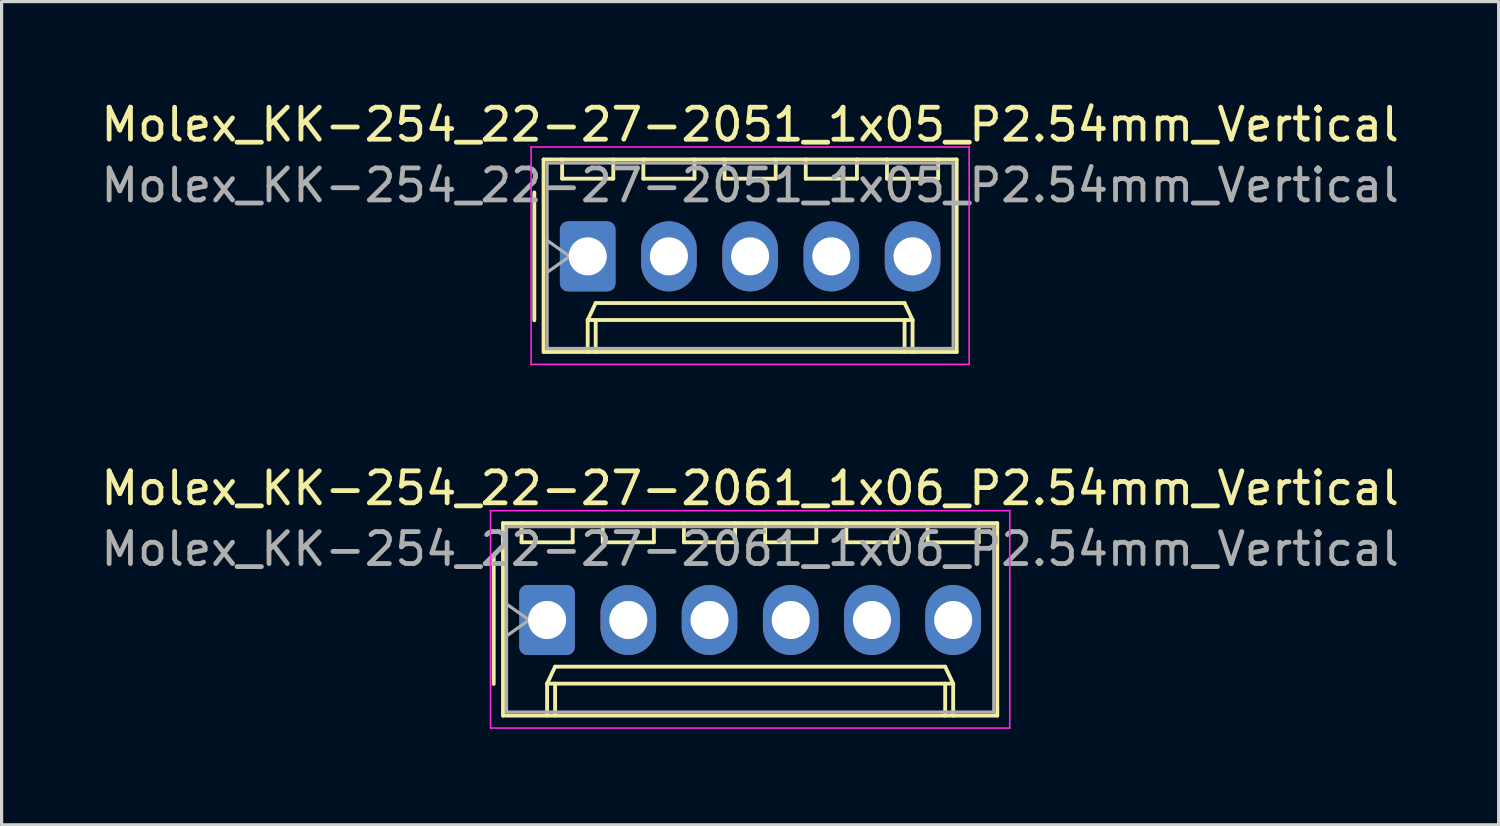
<source format=kicad_pcb>
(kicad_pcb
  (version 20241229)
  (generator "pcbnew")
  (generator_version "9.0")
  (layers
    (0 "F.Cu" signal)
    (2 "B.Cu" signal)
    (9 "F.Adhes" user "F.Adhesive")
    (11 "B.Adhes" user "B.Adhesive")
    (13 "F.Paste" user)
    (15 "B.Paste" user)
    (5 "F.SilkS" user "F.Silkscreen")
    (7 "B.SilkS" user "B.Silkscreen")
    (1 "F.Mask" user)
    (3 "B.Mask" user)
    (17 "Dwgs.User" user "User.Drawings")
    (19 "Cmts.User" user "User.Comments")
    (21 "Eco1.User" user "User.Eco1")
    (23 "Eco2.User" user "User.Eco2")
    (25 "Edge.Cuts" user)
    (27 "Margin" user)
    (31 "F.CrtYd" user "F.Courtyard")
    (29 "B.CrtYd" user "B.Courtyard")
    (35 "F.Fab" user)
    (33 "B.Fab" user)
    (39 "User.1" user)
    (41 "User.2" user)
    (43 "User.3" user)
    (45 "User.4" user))
  (footprint "Molex_KK-254_22-27-2061_1x06_P2.54mm_Vertical"
    (layer "F.Cu")
    (at 14.061 16.341)
    (property "Reference" "Molex_KK-254_22-27-2061_1x06_P2.54mm_Vertical" (at 6.35 -4.12 0) (layer "F.SilkS") (effects (font (size 1 1) (thickness 0.15))))
    (attr through_hole)
    (fp_line (start -1.67 -2) (end -1.67 2) (stroke (width 0.12) (type solid)) (layer "F.SilkS"))
    (fp_line (start -1.38 -3.03) (end -1.38 2.99) (stroke (width 0.12) (type solid)) (layer "F.SilkS"))
    (fp_line (start -1.38 2.99) (end 14.08 2.99) (stroke (width 0.12) (type solid)) (layer "F.SilkS"))
    (fp_line (start -0.8 -3.03) (end -0.8 -2.43) (stroke (width 0.12) (type solid)) (layer "F.SilkS"))
    (fp_line (start -0.8 -2.43) (end 0.8 -2.43) (stroke (width 0.12) (type solid)) (layer "F.SilkS"))
    (fp_line (start 0 1.99) (end 0.25 1.46) (stroke (width 0.12) (type solid)) (layer "F.SilkS"))
    (fp_line (start 0 1.99) (end 12.7 1.99) (stroke (width 0.12) (type solid)) (layer "F.SilkS"))
    (fp_line (start 0 2.99) (end 0 1.99) (stroke (width 0.12) (type solid)) (layer "F.SilkS"))
    (fp_line (start 0.25 1.46) (end 12.45 1.46) (stroke (width 0.12) (type solid)) (layer "F.SilkS"))
    (fp_line (start 0.25 2.99) (end 0.25 1.99) (stroke (width 0.12) (type solid)) (layer "F.SilkS"))
    (fp_line (start 0.8 -2.43) (end 0.8 -3.03) (stroke (width 0.12) (type solid)) (layer "F.SilkS"))
    (fp_line (start 1.74 -3.03) (end 1.74 -2.43) (stroke (width 0.12) (type solid)) (layer "F.SilkS"))
    (fp_line (start 1.74 -2.43) (end 3.34 -2.43) (stroke (width 0.12) (type solid)) (layer "F.SilkS"))
    (fp_line (start 3.34 -2.43) (end 3.34 -3.03) (stroke (width 0.12) (type solid)) (layer "F.SilkS"))
    (fp_line (start 4.28 -3.03) (end 4.28 -2.43) (stroke (width 0.12) (type solid)) (layer "F.SilkS"))
    (fp_line (start 4.28 -2.43) (end 5.88 -2.43) (stroke (width 0.12) (type solid)) (layer "F.SilkS"))
    (fp_line (start 5.88 -2.43) (end 5.88 -3.03) (stroke (width 0.12) (type solid)) (layer "F.SilkS"))
    (fp_line (start 6.82 -3.03) (end 6.82 -2.43) (stroke (width 0.12) (type solid)) (layer "F.SilkS"))
    (fp_line (start 6.82 -2.43) (end 8.42 -2.43) (stroke (width 0.12) (type solid)) (layer "F.SilkS"))
    (fp_line (start 8.42 -2.43) (end 8.42 -3.03) (stroke (width 0.12) (type solid)) (layer "F.SilkS"))
    (fp_line (start 9.36 -3.03) (end 9.36 -2.43) (stroke (width 0.12) (type solid)) (layer "F.SilkS"))
    (fp_line (start 9.36 -2.43) (end 10.96 -2.43) (stroke (width 0.12) (type solid)) (layer "F.SilkS"))
    (fp_line (start 10.96 -2.43) (end 10.96 -3.03) (stroke (width 0.12) (type solid)) (layer "F.SilkS"))
    (fp_line (start 11.9 -3.03) (end 11.9 -2.43) (stroke (width 0.12) (type solid)) (layer "F.SilkS"))
    (fp_line (start 11.9 -2.43) (end 13.5 -2.43) (stroke (width 0.12) (type solid)) (layer "F.SilkS"))
    (fp_line (start 12.45 1.46) (end 12.7 1.99) (stroke (width 0.12) (type solid)) (layer "F.SilkS"))
    (fp_line (start 12.45 2.99) (end 12.45 1.99) (stroke (width 0.12) (type solid)) (layer "F.SilkS"))
    (fp_line (start 12.7 1.99) (end 12.7 2.99) (stroke (width 0.12) (type solid)) (layer "F.SilkS"))
    (fp_line (start 13.5 -2.43) (end 13.5 -3.03) (stroke (width 0.12) (type solid)) (layer "F.SilkS"))
    (fp_line (start 14.08 -3.03) (end -1.38 -3.03) (stroke (width 0.12) (type solid)) (layer "F.SilkS"))
    (fp_line (start 14.08 2.99) (end 14.08 -3.03) (stroke (width 0.12) (type solid)) (layer "F.SilkS"))
    (fp_line (start -1.77 -3.42) (end -1.77 3.38) (stroke (width 0.05) (type solid)) (layer "F.CrtYd"))
    (fp_line (start -1.77 3.38) (end 14.47 3.38) (stroke (width 0.05) (type solid)) (layer "F.CrtYd"))
    (fp_line (start 14.47 -3.42) (end -1.77 -3.42) (stroke (width 0.05) (type solid)) (layer "F.CrtYd"))
    (fp_line (start 14.47 3.38) (end 14.47 -3.42) (stroke (width 0.05) (type solid)) (layer "F.CrtYd"))
    (fp_line (start -1.27 -2.92) (end -1.27 2.88) (stroke (width 0.1) (type solid)) (layer "F.Fab"))
    (fp_line (start -1.27 -0.5) (end -0.563 0) (stroke (width 0.1) (type solid)) (layer "F.Fab"))
    (fp_line (start -1.27 2.88) (end 13.97 2.88) (stroke (width 0.1) (type solid)) (layer "F.Fab"))
    (fp_line (start -0.563 0) (end -1.27 0.5) (stroke (width 0.1) (type solid)) (layer "F.Fab"))
    (fp_line (start 13.97 -2.92) (end -1.27 -2.92) (stroke (width 0.1) (type solid)) (layer "F.Fab"))
    (fp_line (start 13.97 2.88) (end 13.97 -2.92) (stroke (width 0.1) (type solid)) (layer "F.Fab"))
    (fp_text user "${REFERENCE}" (at 6.35 -2.22 0) (layer "F.Fab") (effects (font (size 1 1) (thickness 0.15))))
    (pad "1" thru_hole roundrect (at 0 0) (size 1.74 2.19) (drill 1.19) (layers "*.Cu" "*.Mask") (roundrect_rratio 0.144))
    (pad "2" thru_hole oval (at 2.54 0) (size 1.74 2.19) (drill 1.19) (layers "*.Cu" "*.Mask"))
    (pad "3" thru_hole oval (at 5.08 0) (size 1.74 2.19) (drill 1.19) (layers "*.Cu" "*.Mask"))
    (pad "4" thru_hole oval (at 7.62 0) (size 1.74 2.19) (drill 1.19) (layers "*.Cu" "*.Mask"))
    (pad "5" thru_hole oval (at 10.16 0) (size 1.74 2.19) (drill 1.19) (layers "*.Cu" "*.Mask"))
    (pad "6" thru_hole oval (at 12.7 0) (size 1.74 2.19) (drill 1.19) (layers "*.Cu" "*.Mask")))
  (footprint "Molex_KK-254_22-27-2051_1x05_P2.54mm_Vertical"
    (layer "F.Cu")
    (at 15.331 4.968)
    (property "Reference" "Molex_KK-254_22-27-2051_1x05_P2.54mm_Vertical" (at 5.08 -4.12 0) (layer "F.SilkS") (effects (font (size 1 1) (thickness 0.15))))
    (attr through_hole)
    (fp_line (start -1.67 -2) (end -1.67 2) (stroke (width 0.12) (type solid)) (layer "F.SilkS"))
    (fp_line (start -1.38 -3.03) (end -1.38 2.99) (stroke (width 0.12) (type solid)) (layer "F.SilkS"))
    (fp_line (start -1.38 2.99) (end 11.54 2.99) (stroke (width 0.12) (type solid)) (layer "F.SilkS"))
    (fp_line (start -0.8 -3.03) (end -0.8 -2.43) (stroke (width 0.12) (type solid)) (layer "F.SilkS"))
    (fp_line (start -0.8 -2.43) (end 0.8 -2.43) (stroke (width 0.12) (type solid)) (layer "F.SilkS"))
    (fp_line (start 0 1.99) (end 0.25 1.46) (stroke (width 0.12) (type solid)) (layer "F.SilkS"))
    (fp_line (start 0 1.99) (end 10.16 1.99) (stroke (width 0.12) (type solid)) (layer "F.SilkS"))
    (fp_line (start 0 2.99) (end 0 1.99) (stroke (width 0.12) (type solid)) (layer "F.SilkS"))
    (fp_line (start 0.25 1.46) (end 9.91 1.46) (stroke (width 0.12) (type solid)) (layer "F.SilkS"))
    (fp_line (start 0.25 2.99) (end 0.25 1.99) (stroke (width 0.12) (type solid)) (layer "F.SilkS"))
    (fp_line (start 0.8 -2.43) (end 0.8 -3.03) (stroke (width 0.12) (type solid)) (layer "F.SilkS"))
    (fp_line (start 1.74 -3.03) (end 1.74 -2.43) (stroke (width 0.12) (type solid)) (layer "F.SilkS"))
    (fp_line (start 1.74 -2.43) (end 3.34 -2.43) (stroke (width 0.12) (type solid)) (layer "F.SilkS"))
    (fp_line (start 3.34 -2.43) (end 3.34 -3.03) (stroke (width 0.12) (type solid)) (layer "F.SilkS"))
    (fp_line (start 4.28 -3.03) (end 4.28 -2.43) (stroke (width 0.12) (type solid)) (layer "F.SilkS"))
    (fp_line (start 4.28 -2.43) (end 5.88 -2.43) (stroke (width 0.12) (type solid)) (layer "F.SilkS"))
    (fp_line (start 5.88 -2.43) (end 5.88 -3.03) (stroke (width 0.12) (type solid)) (layer "F.SilkS"))
    (fp_line (start 6.82 -3.03) (end 6.82 -2.43) (stroke (width 0.12) (type solid)) (layer "F.SilkS"))
    (fp_line (start 6.82 -2.43) (end 8.42 -2.43) (stroke (width 0.12) (type solid)) (layer "F.SilkS"))
    (fp_line (start 8.42 -2.43) (end 8.42 -3.03) (stroke (width 0.12) (type solid)) (layer "F.SilkS"))
    (fp_line (start 9.36 -3.03) (end 9.36 -2.43) (stroke (width 0.12) (type solid)) (layer "F.SilkS"))
    (fp_line (start 9.36 -2.43) (end 10.96 -2.43) (stroke (width 0.12) (type solid)) (layer "F.SilkS"))
    (fp_line (start 9.91 1.46) (end 10.16 1.99) (stroke (width 0.12) (type solid)) (layer "F.SilkS"))
    (fp_line (start 9.91 2.99) (end 9.91 1.99) (stroke (width 0.12) (type solid)) (layer "F.SilkS"))
    (fp_line (start 10.16 1.99) (end 10.16 2.99) (stroke (width 0.12) (type solid)) (layer "F.SilkS"))
    (fp_line (start 10.96 -2.43) (end 10.96 -3.03) (stroke (width 0.12) (type solid)) (layer "F.SilkS"))
    (fp_line (start 11.54 -3.03) (end -1.38 -3.03) (stroke (width 0.12) (type solid)) (layer "F.SilkS"))
    (fp_line (start 11.54 2.99) (end 11.54 -3.03) (stroke (width 0.12) (type solid)) (layer "F.SilkS"))
    (fp_line (start -1.77 -3.42) (end -1.77 3.38) (stroke (width 0.05) (type solid)) (layer "F.CrtYd"))
    (fp_line (start -1.77 3.38) (end 11.93 3.38) (stroke (width 0.05) (type solid)) (layer "F.CrtYd"))
    (fp_line (start 11.93 -3.42) (end -1.77 -3.42) (stroke (width 0.05) (type solid)) (layer "F.CrtYd"))
    (fp_line (start 11.93 3.38) (end 11.93 -3.42) (stroke (width 0.05) (type solid)) (layer "F.CrtYd"))
    (fp_line (start -1.27 -2.92) (end -1.27 2.88) (stroke (width 0.1) (type solid)) (layer "F.Fab"))
    (fp_line (start -1.27 -0.5) (end -0.563 0) (stroke (width 0.1) (type solid)) (layer "F.Fab"))
    (fp_line (start -1.27 2.88) (end 11.43 2.88) (stroke (width 0.1) (type solid)) (layer "F.Fab"))
    (fp_line (start -0.563 0) (end -1.27 0.5) (stroke (width 0.1) (type solid)) (layer "F.Fab"))
    (fp_line (start 11.43 -2.92) (end -1.27 -2.92) (stroke (width 0.1) (type solid)) (layer "F.Fab"))
    (fp_line (start 11.43 2.88) (end 11.43 -2.92) (stroke (width 0.1) (type solid)) (layer "F.Fab"))
    (fp_text user "${REFERENCE}" (at 5.08 -2.22 0) (layer "F.Fab") (effects (font (size 1 1) (thickness 0.15))))
    (pad "1" thru_hole roundrect (at 0 0) (size 1.74 2.19) (drill 1.19) (layers "*.Cu" "*.Mask") (roundrect_rratio 0.144))
    (pad "2" thru_hole oval (at 2.54 0) (size 1.74 2.19) (drill 1.19) (layers "*.Cu" "*.Mask"))
    (pad "3" thru_hole oval (at 5.08 0) (size 1.74 2.19) (drill 1.19) (layers "*.Cu" "*.Mask"))
    (pad "4" thru_hole oval (at 7.62 0) (size 1.74 2.19) (drill 1.19) (layers "*.Cu" "*.Mask"))
    (pad "5" thru_hole oval (at 10.16 0) (size 1.74 2.19) (drill 1.19) (layers "*.Cu" "*.Mask")))
  (gr_rect
    (start -3 -3)
    (end 43.821 22.747)
    (stroke (width 0.1) (type default))
    (fill no)
    (layer "Edge.Cuts")))
</source>
